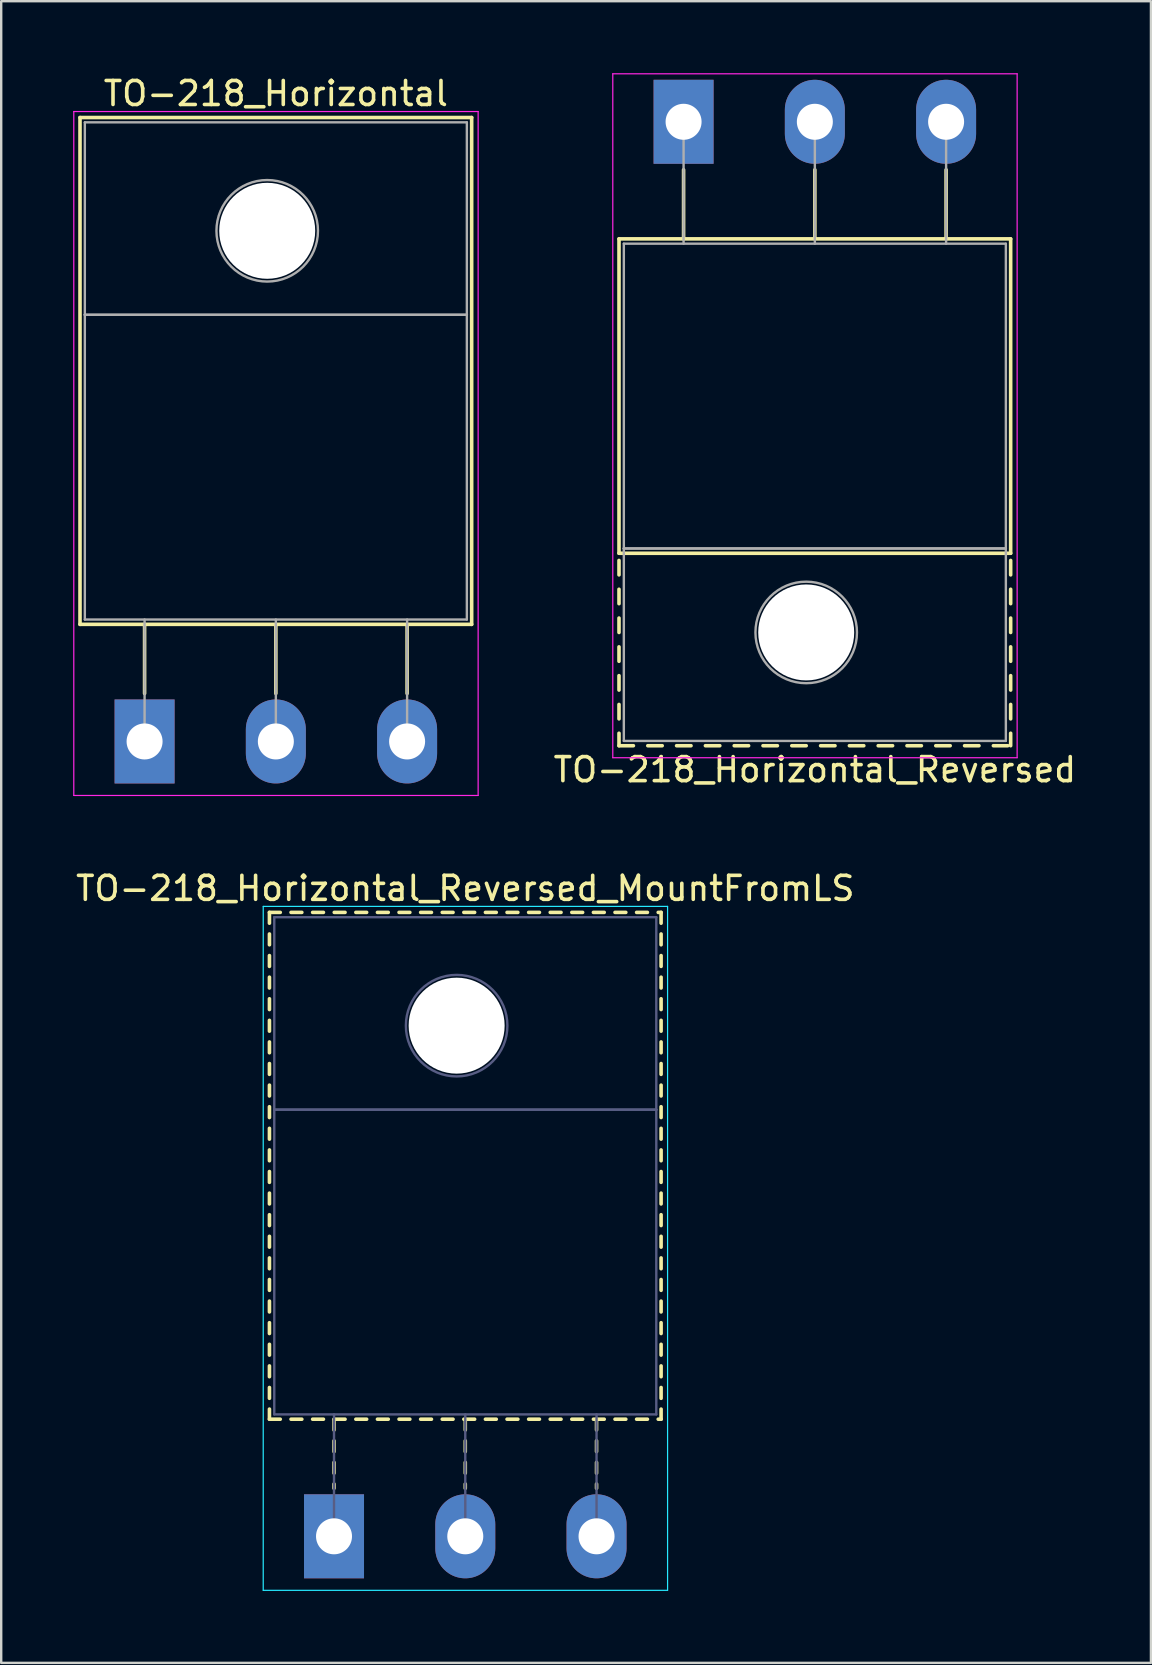
<source format=kicad_pcb>
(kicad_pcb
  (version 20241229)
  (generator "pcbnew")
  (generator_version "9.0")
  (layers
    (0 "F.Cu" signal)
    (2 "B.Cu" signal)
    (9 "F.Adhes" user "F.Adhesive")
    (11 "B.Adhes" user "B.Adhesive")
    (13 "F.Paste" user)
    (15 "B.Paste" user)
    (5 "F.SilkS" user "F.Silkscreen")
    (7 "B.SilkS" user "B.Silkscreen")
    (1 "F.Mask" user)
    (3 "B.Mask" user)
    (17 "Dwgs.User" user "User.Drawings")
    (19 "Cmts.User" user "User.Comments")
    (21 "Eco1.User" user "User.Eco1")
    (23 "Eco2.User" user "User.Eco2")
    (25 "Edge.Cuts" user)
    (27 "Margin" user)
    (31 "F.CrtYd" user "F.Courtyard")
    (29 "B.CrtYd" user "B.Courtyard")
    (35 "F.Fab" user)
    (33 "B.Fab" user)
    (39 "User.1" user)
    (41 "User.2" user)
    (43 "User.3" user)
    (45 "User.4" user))
  (footprint "TO-218_Horizontal_Reversed_MountFromLS"
    (layer "F.Cu")
    (at 10.869 60.971)
    (property "Reference" "TO-218_Horizontal_Reversed_MountFromLS" (at 5.47 -27 0) (layer "F.SilkS") (effects (font (size 1 1) (thickness 0.15))))
    (attr through_hole)
    (fp_line (start -2.691 -26) (end -2.691 -25.55) (stroke (width 0.15) (type solid)) (layer "F.SilkS"))
    (fp_line (start -2.691 -26) (end -2.24 -26) (stroke (width 0.15) (type solid)) (layer "F.SilkS"))
    (fp_line (start -2.691 -25.1) (end -2.691 -24.65) (stroke (width 0.15) (type solid)) (layer "F.SilkS"))
    (fp_line (start -2.691 -24.2) (end -2.691 -23.75) (stroke (width 0.15) (type solid)) (layer "F.SilkS"))
    (fp_line (start -2.691 -23.3) (end -2.691 -22.85) (stroke (width 0.15) (type solid)) (layer "F.SilkS"))
    (fp_line (start -2.691 -22.4) (end -2.691 -21.951) (stroke (width 0.15) (type solid)) (layer "F.SilkS"))
    (fp_line (start -2.691 -21.501) (end -2.691 -21.051) (stroke (width 0.15) (type solid)) (layer "F.SilkS"))
    (fp_line (start -2.691 -20.601) (end -2.691 -20.151) (stroke (width 0.15) (type solid)) (layer "F.SilkS"))
    (fp_line (start -2.691 -19.701) (end -2.691 -19.251) (stroke (width 0.15) (type solid)) (layer "F.SilkS"))
    (fp_line (start -2.691 -18.801) (end -2.691 -18.351) (stroke (width 0.15) (type solid)) (layer "F.SilkS"))
    (fp_line (start -2.691 -17.901) (end -2.691 -17.451) (stroke (width 0.15) (type solid)) (layer "F.SilkS"))
    (fp_line (start -2.691 -17.001) (end -2.691 -16.551) (stroke (width 0.15) (type solid)) (layer "F.SilkS"))
    (fp_line (start -2.691 -16.101) (end -2.691 -15.651) (stroke (width 0.15) (type solid)) (layer "F.SilkS"))
    (fp_line (start -2.691 -15.201) (end -2.691 -14.751) (stroke (width 0.15) (type solid)) (layer "F.SilkS"))
    (fp_line (start -2.691 -14.301) (end -2.691 -13.851) (stroke (width 0.15) (type solid)) (layer "F.SilkS"))
    (fp_line (start -2.691 -13.401) (end -2.691 -12.951) (stroke (width 0.15) (type solid)) (layer "F.SilkS"))
    (fp_line (start -2.691 -12.501) (end -2.691 -12.051) (stroke (width 0.15) (type solid)) (layer "F.SilkS"))
    (fp_line (start -2.691 -11.601) (end -2.691 -11.151) (stroke (width 0.15) (type solid)) (layer "F.SilkS"))
    (fp_line (start -2.691 -10.701) (end -2.691 -10.251) (stroke (width 0.15) (type solid)) (layer "F.SilkS"))
    (fp_line (start -2.691 -9.801) (end -2.691 -9.351) (stroke (width 0.15) (type solid)) (layer "F.SilkS"))
    (fp_line (start -2.691 -8.901) (end -2.691 -8.451) (stroke (width 0.15) (type solid)) (layer "F.SilkS"))
    (fp_line (start -2.691 -8.001) (end -2.691 -7.551) (stroke (width 0.15) (type solid)) (layer "F.SilkS"))
    (fp_line (start -2.691 -7.101) (end -2.691 -6.651) (stroke (width 0.15) (type solid)) (layer "F.SilkS"))
    (fp_line (start -2.691 -6.201) (end -2.691 -5.751) (stroke (width 0.15) (type solid)) (layer "F.SilkS"))
    (fp_line (start -2.691 -5.301) (end -2.691 -4.88) (stroke (width 0.15) (type solid)) (layer "F.SilkS"))
    (fp_line (start -2.691 -4.88) (end -2.24 -4.88) (stroke (width 0.15) (type solid)) (layer "F.SilkS"))
    (fp_line (start -1.791 -26) (end -1.341 -26) (stroke (width 0.15) (type solid)) (layer "F.SilkS"))
    (fp_line (start -1.791 -4.88) (end -1.341 -4.88) (stroke (width 0.15) (type solid)) (layer "F.SilkS"))
    (fp_line (start -0.891 -26) (end -0.441 -26) (stroke (width 0.15) (type solid)) (layer "F.SilkS"))
    (fp_line (start -0.891 -4.88) (end -0.441 -4.88) (stroke (width 0.15) (type solid)) (layer "F.SilkS"))
    (fp_line (start 0 -4.88) (end 0 -4.43) (stroke (width 0.15) (type solid)) (layer "F.SilkS"))
    (fp_line (start 0 -3.98) (end 0 -3.53) (stroke (width 0.15) (type solid)) (layer "F.SilkS"))
    (fp_line (start 0 -3.08) (end 0 -2.63) (stroke (width 0.15) (type solid)) (layer "F.SilkS"))
    (fp_line (start 0 -2.18) (end 0 -2) (stroke (width 0.15) (type solid)) (layer "F.SilkS"))
    (fp_line (start 0.01 -26) (end 0.46 -26) (stroke (width 0.15) (type solid)) (layer "F.SilkS"))
    (fp_line (start 0.01 -4.88) (end 0.46 -4.88) (stroke (width 0.15) (type solid)) (layer "F.SilkS"))
    (fp_line (start 0.91 -26) (end 1.36 -26) (stroke (width 0.15) (type solid)) (layer "F.SilkS"))
    (fp_line (start 0.91 -4.88) (end 1.36 -4.88) (stroke (width 0.15) (type solid)) (layer "F.SilkS"))
    (fp_line (start 1.81 -26) (end 2.26 -26) (stroke (width 0.15) (type solid)) (layer "F.SilkS"))
    (fp_line (start 1.81 -4.88) (end 2.26 -4.88) (stroke (width 0.15) (type solid)) (layer "F.SilkS"))
    (fp_line (start 2.71 -26) (end 3.16 -26) (stroke (width 0.15) (type solid)) (layer "F.SilkS"))
    (fp_line (start 2.71 -4.88) (end 3.16 -4.88) (stroke (width 0.15) (type solid)) (layer "F.SilkS"))
    (fp_line (start 3.61 -26) (end 4.06 -26) (stroke (width 0.15) (type solid)) (layer "F.SilkS"))
    (fp_line (start 3.61 -4.88) (end 4.06 -4.88) (stroke (width 0.15) (type solid)) (layer "F.SilkS"))
    (fp_line (start 4.51 -26) (end 4.96 -26) (stroke (width 0.15) (type solid)) (layer "F.SilkS"))
    (fp_line (start 4.51 -4.88) (end 4.96 -4.88) (stroke (width 0.15) (type solid)) (layer "F.SilkS"))
    (fp_line (start 5.41 -26) (end 5.86 -26) (stroke (width 0.15) (type solid)) (layer "F.SilkS"))
    (fp_line (start 5.41 -4.88) (end 5.86 -4.88) (stroke (width 0.15) (type solid)) (layer "F.SilkS"))
    (fp_line (start 5.47 -4.88) (end 5.47 -4.43) (stroke (width 0.15) (type solid)) (layer "F.SilkS"))
    (fp_line (start 5.47 -3.98) (end 5.47 -3.53) (stroke (width 0.15) (type solid)) (layer "F.SilkS"))
    (fp_line (start 5.47 -3.08) (end 5.47 -2.63) (stroke (width 0.15) (type solid)) (layer "F.SilkS"))
    (fp_line (start 5.47 -2.18) (end 5.47 -2) (stroke (width 0.15) (type solid)) (layer "F.SilkS"))
    (fp_line (start 6.31 -26) (end 6.761 -26) (stroke (width 0.15) (type solid)) (layer "F.SilkS"))
    (fp_line (start 6.31 -4.88) (end 6.761 -4.88) (stroke (width 0.15) (type solid)) (layer "F.SilkS"))
    (fp_line (start 7.211 -26) (end 7.661 -26) (stroke (width 0.15) (type solid)) (layer "F.SilkS"))
    (fp_line (start 7.211 -4.88) (end 7.661 -4.88) (stroke (width 0.15) (type solid)) (layer "F.SilkS"))
    (fp_line (start 8.111 -26) (end 8.56 -26) (stroke (width 0.15) (type solid)) (layer "F.SilkS"))
    (fp_line (start 8.111 -4.88) (end 8.56 -4.88) (stroke (width 0.15) (type solid)) (layer "F.SilkS"))
    (fp_line (start 9.01 -26) (end 9.46 -26) (stroke (width 0.15) (type solid)) (layer "F.SilkS"))
    (fp_line (start 9.01 -4.88) (end 9.46 -4.88) (stroke (width 0.15) (type solid)) (layer "F.SilkS"))
    (fp_line (start 9.91 -26) (end 10.36 -26) (stroke (width 0.15) (type solid)) (layer "F.SilkS"))
    (fp_line (start 9.91 -4.88) (end 10.36 -4.88) (stroke (width 0.15) (type solid)) (layer "F.SilkS"))
    (fp_line (start 10.81 -26) (end 11.26 -26) (stroke (width 0.15) (type solid)) (layer "F.SilkS"))
    (fp_line (start 10.81 -4.88) (end 11.26 -4.88) (stroke (width 0.15) (type solid)) (layer "F.SilkS"))
    (fp_line (start 10.94 -4.88) (end 10.94 -4.43) (stroke (width 0.15) (type solid)) (layer "F.SilkS"))
    (fp_line (start 10.94 -3.98) (end 10.94 -3.53) (stroke (width 0.15) (type solid)) (layer "F.SilkS"))
    (fp_line (start 10.94 -3.08) (end 10.94 -2.63) (stroke (width 0.15) (type solid)) (layer "F.SilkS"))
    (fp_line (start 10.94 -2.18) (end 10.94 -2) (stroke (width 0.15) (type solid)) (layer "F.SilkS"))
    (fp_line (start 11.71 -26) (end 12.16 -26) (stroke (width 0.15) (type solid)) (layer "F.SilkS"))
    (fp_line (start 11.71 -4.88) (end 12.16 -4.88) (stroke (width 0.15) (type solid)) (layer "F.SilkS"))
    (fp_line (start 12.61 -26) (end 13.06 -26) (stroke (width 0.15) (type solid)) (layer "F.SilkS"))
    (fp_line (start 12.61 -4.88) (end 13.06 -4.88) (stroke (width 0.15) (type solid)) (layer "F.SilkS"))
    (fp_line (start 13.51 -26) (end 13.63 -26) (stroke (width 0.15) (type solid)) (layer "F.SilkS"))
    (fp_line (start 13.51 -4.88) (end 13.63 -4.88) (stroke (width 0.15) (type solid)) (layer "F.SilkS"))
    (fp_line (start 13.63 -26) (end 13.63 -25.55) (stroke (width 0.15) (type solid)) (layer "F.SilkS"))
    (fp_line (start 13.63 -25.1) (end 13.63 -24.65) (stroke (width 0.15) (type solid)) (layer "F.SilkS"))
    (fp_line (start 13.63 -24.2) (end 13.63 -23.75) (stroke (width 0.15) (type solid)) (layer "F.SilkS"))
    (fp_line (start 13.63 -23.3) (end 13.63 -22.85) (stroke (width 0.15) (type solid)) (layer "F.SilkS"))
    (fp_line (start 13.63 -22.4) (end 13.63 -21.951) (stroke (width 0.15) (type solid)) (layer "F.SilkS"))
    (fp_line (start 13.63 -21.501) (end 13.63 -21.051) (stroke (width 0.15) (type solid)) (layer "F.SilkS"))
    (fp_line (start 13.63 -20.601) (end 13.63 -20.151) (stroke (width 0.15) (type solid)) (layer "F.SilkS"))
    (fp_line (start 13.63 -19.701) (end 13.63 -19.251) (stroke (width 0.15) (type solid)) (layer "F.SilkS"))
    (fp_line (start 13.63 -18.801) (end 13.63 -18.351) (stroke (width 0.15) (type solid)) (layer "F.SilkS"))
    (fp_line (start 13.63 -17.901) (end 13.63 -17.451) (stroke (width 0.15) (type solid)) (layer "F.SilkS"))
    (fp_line (start 13.63 -17.001) (end 13.63 -16.551) (stroke (width 0.15) (type solid)) (layer "F.SilkS"))
    (fp_line (start 13.63 -16.101) (end 13.63 -15.651) (stroke (width 0.15) (type solid)) (layer "F.SilkS"))
    (fp_line (start 13.63 -15.201) (end 13.63 -14.751) (stroke (width 0.15) (type solid)) (layer "F.SilkS"))
    (fp_line (start 13.63 -14.301) (end 13.63 -13.851) (stroke (width 0.15) (type solid)) (layer "F.SilkS"))
    (fp_line (start 13.63 -13.401) (end 13.63 -12.951) (stroke (width 0.15) (type solid)) (layer "F.SilkS"))
    (fp_line (start 13.63 -12.501) (end 13.63 -12.051) (stroke (width 0.15) (type solid)) (layer "F.SilkS"))
    (fp_line (start 13.63 -11.601) (end 13.63 -11.151) (stroke (width 0.15) (type solid)) (layer "F.SilkS"))
    (fp_line (start 13.63 -10.701) (end 13.63 -10.251) (stroke (width 0.15) (type solid)) (layer "F.SilkS"))
    (fp_line (start 13.63 -9.801) (end 13.63 -9.351) (stroke (width 0.15) (type solid)) (layer "F.SilkS"))
    (fp_line (start 13.63 -8.901) (end 13.63 -8.451) (stroke (width 0.15) (type solid)) (layer "F.SilkS"))
    (fp_line (start 13.63 -8.001) (end 13.63 -7.551) (stroke (width 0.15) (type solid)) (layer "F.SilkS"))
    (fp_line (start 13.63 -7.101) (end 13.63 -6.651) (stroke (width 0.15) (type solid)) (layer "F.SilkS"))
    (fp_line (start 13.63 -6.201) (end 13.63 -5.751) (stroke (width 0.15) (type solid)) (layer "F.SilkS"))
    (fp_line (start 13.63 -5.301) (end 13.63 -4.88) (stroke (width 0.15) (type solid)) (layer "F.SilkS"))
    (fp_line (start -2.95 -26.25) (end -2.95 2.25) (stroke (width 0.05) (type solid)) (layer "B.CrtYd"))
    (fp_line (start -2.95 2.25) (end 13.9 2.25) (stroke (width 0.05) (type solid)) (layer "B.CrtYd"))
    (fp_line (start 13.9 -26.25) (end -2.95 -26.25) (stroke (width 0.05) (type solid)) (layer "B.CrtYd"))
    (fp_line (start 13.9 2.25) (end 13.9 -26.25) (stroke (width 0.05) (type solid)) (layer "B.CrtYd"))
    (fp_line (start -2.49 -25.8) (end 13.43 -25.8) (stroke (width 0.1) (type solid)) (layer "B.Fab"))
    (fp_line (start -2.49 -17.78) (end -2.49 -25.8) (stroke (width 0.1) (type solid)) (layer "B.Fab"))
    (fp_line (start -2.49 -17.78) (end 13.43 -17.78) (stroke (width 0.1) (type solid)) (layer "B.Fab"))
    (fp_line (start -2.49 -5.08) (end -2.49 -17.78) (stroke (width 0.1) (type solid)) (layer "B.Fab"))
    (fp_line (start 0 -5.08) (end 0 0) (stroke (width 0.1) (type solid)) (layer "B.Fab"))
    (fp_line (start 5.47 -5.08) (end 5.47 0) (stroke (width 0.1) (type solid)) (layer "B.Fab"))
    (fp_line (start 10.94 -5.08) (end 10.94 0) (stroke (width 0.1) (type solid)) (layer "B.Fab"))
    (fp_line (start 13.43 -25.8) (end 13.43 -17.78) (stroke (width 0.1) (type solid)) (layer "B.Fab"))
    (fp_line (start 13.43 -17.78) (end -2.49 -17.78) (stroke (width 0.1) (type solid)) (layer "B.Fab"))
    (fp_line (start 13.43 -17.78) (end 13.43 -5.08) (stroke (width 0.1) (type solid)) (layer "B.Fab"))
    (fp_line (start 13.43 -5.08) (end -2.49 -5.08) (stroke (width 0.1) (type solid)) (layer "B.Fab"))
    (fp_circle (center 5.11 -21.28) (end 7.225 -21.28) (stroke (width 0.1) (type solid)) (fill no) (layer "B.Fab"))
    (pad "" np_thru_hole oval (at 5.11 -21.28) (size 4 4) (drill 4) (layers "*.Cu" "*.Mask"))
    (pad "1" thru_hole rect (at 0 0) (size 2.5 3.5) (drill 1.5) (layers "*.Cu" "*.Mask"))
    (pad "2" thru_hole oval (at 5.47 0) (size 2.5 3.5) (drill 1.5) (layers "*.Cu" "*.Mask"))
    (pad "3" thru_hole oval (at 10.94 0) (size 2.5 3.5) (drill 1.5) (layers "*.Cu" "*.Mask")))
  (footprint "TO-218_Horizontal"
    (layer "F.Cu")
    (at 2.975 27.848)
    (property "Reference" "TO-218_Horizontal" (at 5.47 -27 0) (layer "F.SilkS") (effects (font (size 1 1) (thickness 0.15))))
    (attr through_hole)
    (fp_line (start -2.691 -26) (end -2.691 -4.88) (stroke (width 0.15) (type solid)) (layer "F.SilkS"))
    (fp_line (start -2.691 -26) (end 13.63 -26) (stroke (width 0.15) (type solid)) (layer "F.SilkS"))
    (fp_line (start -2.691 -4.88) (end 13.63 -4.88) (stroke (width 0.15) (type solid)) (layer "F.SilkS"))
    (fp_line (start 0 -4.88) (end 0 -2) (stroke (width 0.15) (type solid)) (layer "F.SilkS"))
    (fp_line (start 5.47 -4.88) (end 5.47 -2) (stroke (width 0.15) (type solid)) (layer "F.SilkS"))
    (fp_line (start 10.94 -4.88) (end 10.94 -2) (stroke (width 0.15) (type solid)) (layer "F.SilkS"))
    (fp_line (start 13.63 -26) (end 13.63 -4.88) (stroke (width 0.15) (type solid)) (layer "F.SilkS"))
    (fp_line (start -2.95 -26.25) (end -2.95 2.25) (stroke (width 0.05) (type solid)) (layer "F.CrtYd"))
    (fp_line (start -2.95 2.25) (end 13.9 2.25) (stroke (width 0.05) (type solid)) (layer "F.CrtYd"))
    (fp_line (start 13.9 -26.25) (end -2.95 -26.25) (stroke (width 0.05) (type solid)) (layer "F.CrtYd"))
    (fp_line (start 13.9 2.25) (end 13.9 -26.25) (stroke (width 0.05) (type solid)) (layer "F.CrtYd"))
    (fp_line (start -2.49 -25.8) (end 13.43 -25.8) (stroke (width 0.1) (type solid)) (layer "F.Fab"))
    (fp_line (start -2.49 -17.78) (end -2.49 -25.8) (stroke (width 0.1) (type solid)) (layer "F.Fab"))
    (fp_line (start -2.49 -17.78) (end 13.43 -17.78) (stroke (width 0.1) (type solid)) (layer "F.Fab"))
    (fp_line (start -2.49 -5.08) (end -2.49 -17.78) (stroke (width 0.1) (type solid)) (layer "F.Fab"))
    (fp_line (start 0 -5.08) (end 0 0) (stroke (width 0.1) (type solid)) (layer "F.Fab"))
    (fp_line (start 5.47 -5.08) (end 5.47 0) (stroke (width 0.1) (type solid)) (layer "F.Fab"))
    (fp_line (start 10.94 -5.08) (end 10.94 0) (stroke (width 0.1) (type solid)) (layer "F.Fab"))
    (fp_line (start 13.43 -25.8) (end 13.43 -17.78) (stroke (width 0.1) (type solid)) (layer "F.Fab"))
    (fp_line (start 13.43 -17.78) (end -2.49 -17.78) (stroke (width 0.1) (type solid)) (layer "F.Fab"))
    (fp_line (start 13.43 -17.78) (end 13.43 -5.08) (stroke (width 0.1) (type solid)) (layer "F.Fab"))
    (fp_line (start 13.43 -5.08) (end -2.49 -5.08) (stroke (width 0.1) (type solid)) (layer "F.Fab"))
    (fp_circle (center 5.11 -21.28) (end 7.225 -21.28) (stroke (width 0.1) (type solid)) (fill no) (layer "F.Fab"))
    (pad "" np_thru_hole oval (at 5.11 -21.28) (size 4 4) (drill 4) (layers "*.Cu" "*.Mask"))
    (pad "1" thru_hole rect (at 0 0) (size 2.5 3.5) (drill 1.5) (layers "*.Cu" "*.Mask"))
    (pad "2" thru_hole oval (at 5.47 0) (size 2.5 3.5) (drill 1.5) (layers "*.Cu" "*.Mask"))
    (pad "3" thru_hole oval (at 10.94 0) (size 2.5 3.5) (drill 1.5) (layers "*.Cu" "*.Mask")))
  (footprint "TO-218_Horizontal_Reversed"
    (layer "F.Cu")
    (at 25.436 2.025)
    (property "Reference" "TO-218_Horizontal_Reversed" (at 5.47 27 0) (layer "F.SilkS") (effects (font (size 1 1) (thickness 0.15))))
    (attr through_hole)
    (fp_line (start -2.691 4.88) (end -2.691 17.98) (stroke (width 0.15) (type solid)) (layer "F.SilkS"))
    (fp_line (start -2.691 4.88) (end 13.63 4.88) (stroke (width 0.15) (type solid)) (layer "F.SilkS"))
    (fp_line (start -2.691 17.98) (end 13.63 17.98) (stroke (width 0.15) (type solid)) (layer "F.SilkS"))
    (fp_line (start -2.691 18.28) (end -2.691 18.881) (stroke (width 0.15) (type solid)) (layer "F.SilkS"))
    (fp_line (start -2.691 19.481) (end -2.691 20.081) (stroke (width 0.15) (type solid)) (layer "F.SilkS"))
    (fp_line (start -2.691 20.681) (end -2.691 21.281) (stroke (width 0.15) (type solid)) (layer "F.SilkS"))
    (fp_line (start -2.691 21.881) (end -2.691 22.481) (stroke (width 0.15) (type solid)) (layer "F.SilkS"))
    (fp_line (start -2.691 23.081) (end -2.691 23.681) (stroke (width 0.15) (type solid)) (layer "F.SilkS"))
    (fp_line (start -2.691 24.281) (end -2.691 24.881) (stroke (width 0.15) (type solid)) (layer "F.SilkS"))
    (fp_line (start -2.691 25.481) (end -2.691 26) (stroke (width 0.15) (type solid)) (layer "F.SilkS"))
    (fp_line (start -2.691 26) (end -2.091 26) (stroke (width 0.15) (type solid)) (layer "F.SilkS"))
    (fp_line (start -1.491 26) (end -0.891 26) (stroke (width 0.15) (type solid)) (layer "F.SilkS"))
    (fp_line (start -0.291 26) (end 0.31 26) (stroke (width 0.15) (type solid)) (layer "F.SilkS"))
    (fp_line (start 0 2) (end 0 4.88) (stroke (width 0.15) (type solid)) (layer "F.SilkS"))
    (fp_line (start 0.91 26) (end 1.51 26) (stroke (width 0.15) (type solid)) (layer "F.SilkS"))
    (fp_line (start 2.11 26) (end 2.71 26) (stroke (width 0.15) (type solid)) (layer "F.SilkS"))
    (fp_line (start 3.31 26) (end 3.91 26) (stroke (width 0.15) (type solid)) (layer "F.SilkS"))
    (fp_line (start 4.51 26) (end 5.11 26) (stroke (width 0.15) (type solid)) (layer "F.SilkS"))
    (fp_line (start 5.47 2) (end 5.47 4.88) (stroke (width 0.15) (type solid)) (layer "F.SilkS"))
    (fp_line (start 5.71 26) (end 6.31 26) (stroke (width 0.15) (type solid)) (layer "F.SilkS"))
    (fp_line (start 6.91 26) (end 7.51 26) (stroke (width 0.15) (type solid)) (layer "F.SilkS"))
    (fp_line (start 8.11 26) (end 8.71 26) (stroke (width 0.15) (type solid)) (layer "F.SilkS"))
    (fp_line (start 9.31 26) (end 9.91 26) (stroke (width 0.15) (type solid)) (layer "F.SilkS"))
    (fp_line (start 10.51 26) (end 11.11 26) (stroke (width 0.15) (type solid)) (layer "F.SilkS"))
    (fp_line (start 10.94 2) (end 10.94 4.88) (stroke (width 0.15) (type solid)) (layer "F.SilkS"))
    (fp_line (start 11.71 26) (end 12.31 26) (stroke (width 0.15) (type solid)) (layer "F.SilkS"))
    (fp_line (start 12.91 26) (end 13.51 26) (stroke (width 0.15) (type solid)) (layer "F.SilkS"))
    (fp_line (start 13.63 4.88) (end 13.63 17.98) (stroke (width 0.15) (type solid)) (layer "F.SilkS"))
    (fp_line (start 13.63 18.28) (end 13.63 18.881) (stroke (width 0.15) (type solid)) (layer "F.SilkS"))
    (fp_line (start 13.63 19.481) (end 13.63 20.081) (stroke (width 0.15) (type solid)) (layer "F.SilkS"))
    (fp_line (start 13.63 20.681) (end 13.63 21.281) (stroke (width 0.15) (type solid)) (layer "F.SilkS"))
    (fp_line (start 13.63 21.881) (end 13.63 22.481) (stroke (width 0.15) (type solid)) (layer "F.SilkS"))
    (fp_line (start 13.63 23.081) (end 13.63 23.681) (stroke (width 0.15) (type solid)) (layer "F.SilkS"))
    (fp_line (start 13.63 24.281) (end 13.63 24.881) (stroke (width 0.15) (type solid)) (layer "F.SilkS"))
    (fp_line (start 13.63 25.481) (end 13.63 26) (stroke (width 0.15) (type solid)) (layer "F.SilkS"))
    (fp_line (start -2.95 -2) (end -2.95 26.5) (stroke (width 0.05) (type solid)) (layer "F.CrtYd"))
    (fp_line (start -2.95 26.5) (end 13.9 26.5) (stroke (width 0.05) (type solid)) (layer "F.CrtYd"))
    (fp_line (start 13.9 -2) (end -2.95 -2) (stroke (width 0.05) (type solid)) (layer "F.CrtYd"))
    (fp_line (start 13.9 26.5) (end 13.9 -2) (stroke (width 0.05) (type solid)) (layer "F.CrtYd"))
    (fp_line (start -2.49 5.08) (end -2.49 17.78) (stroke (width 0.1) (type solid)) (layer "F.Fab"))
    (fp_line (start -2.49 17.78) (end -2.49 25.8) (stroke (width 0.1) (type solid)) (layer "F.Fab"))
    (fp_line (start -2.49 17.78) (end 13.43 17.78) (stroke (width 0.1) (type solid)) (layer "F.Fab"))
    (fp_line (start -2.49 25.8) (end 13.43 25.8) (stroke (width 0.1) (type solid)) (layer "F.Fab"))
    (fp_line (start 0 5.08) (end 0 0) (stroke (width 0.1) (type solid)) (layer "F.Fab"))
    (fp_line (start 5.47 5.08) (end 5.47 0) (stroke (width 0.1) (type solid)) (layer "F.Fab"))
    (fp_line (start 10.94 5.08) (end 10.94 0) (stroke (width 0.1) (type solid)) (layer "F.Fab"))
    (fp_line (start 13.43 5.08) (end -2.49 5.08) (stroke (width 0.1) (type solid)) (layer "F.Fab"))
    (fp_line (start 13.43 17.78) (end -2.49 17.78) (stroke (width 0.1) (type solid)) (layer "F.Fab"))
    (fp_line (start 13.43 17.78) (end 13.43 5.08) (stroke (width 0.1) (type solid)) (layer "F.Fab"))
    (fp_line (start 13.43 25.8) (end 13.43 17.78) (stroke (width 0.1) (type solid)) (layer "F.Fab"))
    (fp_circle (center 5.11 21.28) (end 7.225 21.28) (stroke (width 0.1) (type solid)) (fill no) (layer "F.Fab"))
    (pad "" np_thru_hole oval (at 5.11 21.28) (size 4 4) (drill 4) (layers "*.Cu" "*.Mask"))
    (pad "1" thru_hole rect (at 0 0) (size 2.5 3.5) (drill 1.5) (layers "*.Cu" "*.Mask"))
    (pad "2" thru_hole oval (at 5.47 0) (size 2.5 3.5) (drill 1.5) (layers "*.Cu" "*.Mask"))
    (pad "3" thru_hole oval (at 10.94 0) (size 2.5 3.5) (drill 1.5) (layers "*.Cu" "*.Mask")))
  (gr_rect
    (start -3 -3)
    (end 44.912 66.246)
    (stroke (width 0.1) (type default))
    (fill no)
    (layer "Edge.Cuts")))
</source>
